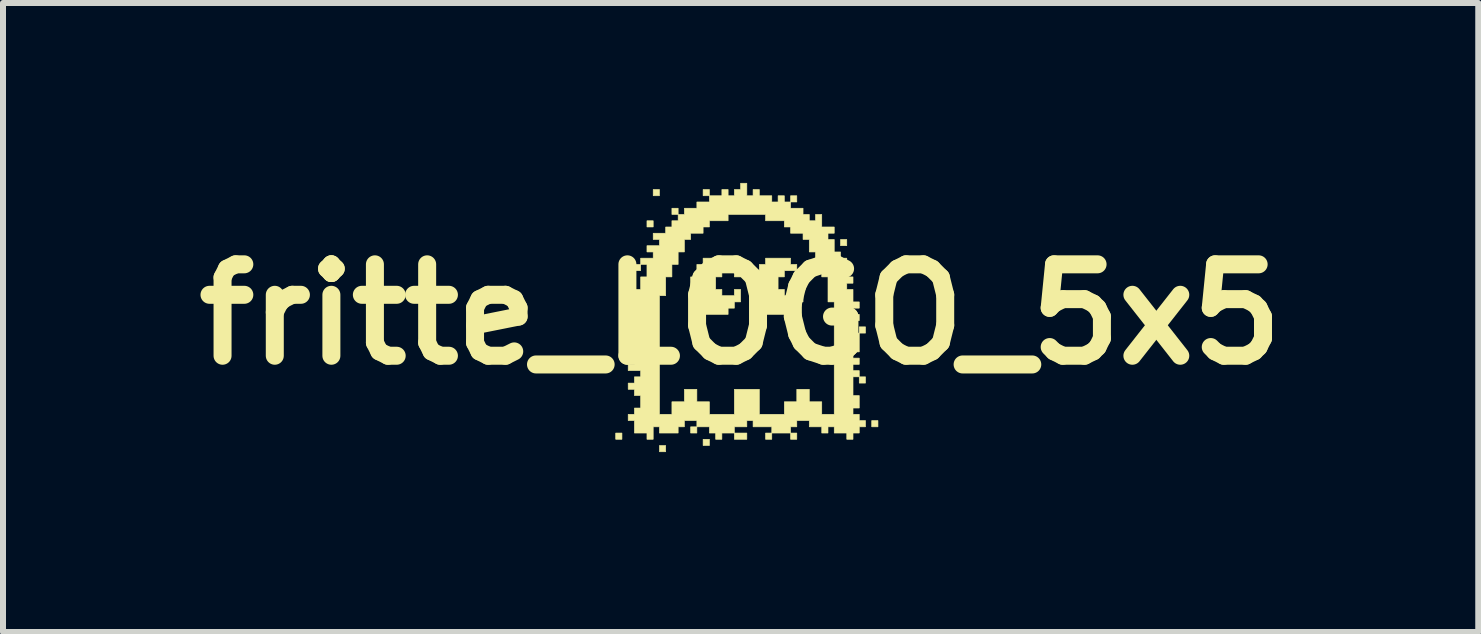
<source format=kicad_pcb>
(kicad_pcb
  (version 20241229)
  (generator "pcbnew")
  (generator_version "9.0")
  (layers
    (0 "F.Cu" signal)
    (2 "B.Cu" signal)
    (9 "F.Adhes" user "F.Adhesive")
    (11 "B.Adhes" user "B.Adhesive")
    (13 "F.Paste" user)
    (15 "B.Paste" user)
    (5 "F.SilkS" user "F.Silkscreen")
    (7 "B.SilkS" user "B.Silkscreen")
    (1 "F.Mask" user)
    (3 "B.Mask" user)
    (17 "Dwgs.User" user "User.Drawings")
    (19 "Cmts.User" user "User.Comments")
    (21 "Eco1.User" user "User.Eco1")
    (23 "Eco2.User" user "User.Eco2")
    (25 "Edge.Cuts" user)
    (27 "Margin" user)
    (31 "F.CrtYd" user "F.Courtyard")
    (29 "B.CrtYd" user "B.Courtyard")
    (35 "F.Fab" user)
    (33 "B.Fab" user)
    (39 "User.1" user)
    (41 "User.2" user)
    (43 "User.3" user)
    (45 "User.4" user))
  (footprint "fritte_LOGO_5x5"
    (layer "F.Cu")
    (at 9.296 2.191)
    (property "Reference" "fritte_LOGO_5x5" (at 0 0 0) (layer "F.SilkS") (effects (font (size 1.524 1.524) (thickness 0.3))))
    (attr through_hole)
    (fp_poly (pts (xy -2.186 0.937) (xy -2.29 0.937) (xy -2.29 0.833) (xy -2.186 0.833) (xy -2.186 0.937)) (stroke (width 0.01) (type solid)) (fill yes) (layer "F.SilkS"))
    (fp_poly (pts (xy -1.978 2.082) (xy -2.082 2.082) (xy -2.082 1.978) (xy -1.978 1.978) (xy -1.978 2.082)) (stroke (width 0.01) (type solid)) (fill yes) (layer "F.SilkS"))
    (fp_poly (pts (xy -1.666 -0.729) (xy -1.77 -0.729) (xy -1.77 -0.833) (xy -1.666 -0.833) (xy -1.666 -0.729)) (stroke (width 0.01) (type solid)) (fill yes) (layer "F.SilkS"))
    (fp_poly (pts (xy -1.457 -1.457) (xy -1.561 -1.457) (xy -1.561 -1.561) (xy -1.457 -1.561) (xy -1.457 -1.457)) (stroke (width 0.01) (type solid)) (fill yes) (layer "F.SilkS"))
    (fp_poly (pts (xy -1.353 -1.978) (xy -1.457 -1.978) (xy -1.457 -2.082) (xy -1.353 -2.082) (xy -1.353 -1.978)) (stroke (width 0.01) (type solid)) (fill yes) (layer "F.SilkS"))
    (fp_poly (pts (xy -1.249 2.29) (xy -1.353 2.29) (xy -1.353 2.186) (xy -1.249 2.186) (xy -1.249 2.29)) (stroke (width 0.01) (type solid)) (fill yes) (layer "F.SilkS"))
    (fp_poly (pts (xy -1.041 -1.666) (xy -1.145 -1.666) (xy -1.145 -1.77) (xy -1.041 -1.77) (xy -1.041 -1.666)) (stroke (width 0.01) (type solid)) (fill yes) (layer "F.SilkS"))
    (fp_poly (pts (xy -0.729 1.978) (xy -0.833 1.978) (xy -0.833 1.874) (xy -0.729 1.874) (xy -0.729 1.978)) (stroke (width 0.01) (type solid)) (fill yes) (layer "F.SilkS"))
    (fp_poly (pts (xy -0.52 -1.978) (xy -0.625 -1.978) (xy -0.625 -2.082) (xy -0.52 -2.082) (xy -0.52 -1.978)) (stroke (width 0.01) (type solid)) (fill yes) (layer "F.SilkS"))
    (fp_poly (pts (xy -0.52 2.186) (xy -0.625 2.186) (xy -0.625 2.082) (xy -0.52 2.082) (xy -0.52 2.186)) (stroke (width 0.01) (type solid)) (fill yes) (layer "F.SilkS"))
    (fp_poly (pts (xy 0 -0.625) (xy -0.104 -0.625) (xy -0.104 -0.729) (xy 0 -0.729) (xy 0 -0.625)) (stroke (width 0.01) (type solid)) (fill yes) (layer "F.SilkS"))
    (fp_poly (pts (xy 0.104 2.082) (xy -0.104 2.082) (xy -0.104 1.978) (xy 0.104 1.978) (xy 0.104 2.082)) (stroke (width 0.01) (type solid)) (fill yes) (layer "F.SilkS"))
    (fp_poly (pts (xy 0.52 2.082) (xy 0.416 2.082) (xy 0.416 1.978) (xy 0.52 1.978) (xy 0.52 2.082)) (stroke (width 0.01) (type solid)) (fill yes) (layer "F.SilkS"))
    (fp_poly (pts (xy 0.937 -1.874) (xy 0.833 -1.874) (xy 0.833 -1.978) (xy 0.937 -1.978) (xy 0.937 -1.874)) (stroke (width 0.01) (type solid)) (fill yes) (layer "F.SilkS"))
    (fp_poly (pts (xy 0.937 2.082) (xy 0.833 2.082) (xy 0.833 1.978) (xy 0.937 1.978) (xy 0.937 2.082)) (stroke (width 0.01) (type solid)) (fill yes) (layer "F.SilkS"))
    (fp_poly (pts (xy 1.041 -0.625) (xy 0.937 -0.625) (xy 0.937 -0.729) (xy 1.041 -0.729) (xy 1.041 -0.625)) (stroke (width 0.01) (type solid)) (fill yes) (layer "F.SilkS"))
    (fp_poly (pts (xy 1.77 -1.145) (xy 1.666 -1.145) (xy 1.666 -1.249) (xy 1.77 -1.249) (xy 1.77 -1.145)) (stroke (width 0.01) (type solid)) (fill yes) (layer "F.SilkS"))
    (fp_poly (pts (xy 2.082 0.312) (xy 1.978 0.312) (xy 1.978 0.208) (xy 2.082 0.208) (xy 2.082 0.312)) (stroke (width 0.01) (type solid)) (fill yes) (layer "F.SilkS"))
    (fp_poly (pts (xy 2.082 1.145) (xy 1.978 1.145) (xy 1.978 1.041) (xy 2.082 1.041) (xy 2.082 1.145)) (stroke (width 0.01) (type solid)) (fill yes) (layer "F.SilkS"))
    (fp_poly (pts (xy 2.29 1.874) (xy 2.186 1.874) (xy 2.186 1.77) (xy 2.29 1.77) (xy 2.29 1.874)) (stroke (width 0.01) (type solid)) (fill yes) (layer "F.SilkS"))
    (fp_poly (pts (xy -0.208 -0.833) (xy -0.104 -0.833) (xy -0.104 -0.729) (xy -0.312 -0.729) (xy -0.312 -0.625) (xy -0.416 -0.625) (xy -0.416 -0.416) (xy -0.312 -0.416) (xy -0.312 -0.312) (xy -0.104 -0.312) (xy -0.104 -0.416) (xy 0 -0.416) (xy 0 -0.208) (xy -0.104 -0.208) (xy -0.104 -0.104) (xy -0.208 -0.104) (xy -0.208 0) (xy -0.625 0) (xy -0.625 -0.104) (xy -0.729 -0.104) (xy -0.729 -0.208) (xy -0.833 -0.208) (xy -0.833 -0.625) (xy -0.729 -0.625) (xy -0.729 -0.833) (xy -0.625 -0.833) (xy -0.625 -0.937) (xy -0.208 -0.937) (xy -0.208 -0.833)) (stroke (width 0.01) (type solid)) (fill yes) (layer "F.SilkS"))
    (fp_poly (pts (xy 0.833 -0.833) (xy 0.937 -0.833) (xy 0.937 -0.729) (xy 0.729 -0.729) (xy 0.729 -0.625) (xy 0.625 -0.625) (xy 0.625 -0.416) (xy 0.729 -0.416) (xy 0.729 -0.312) (xy 0.937 -0.312) (xy 0.937 -0.416) (xy 1.041 -0.416) (xy 1.041 -0.208) (xy 0.937 -0.208) (xy 0.937 -0.104) (xy 0.833 -0.104) (xy 0.833 0) (xy 0.416 0) (xy 0.416 -0.104) (xy 0.312 -0.104) (xy 0.312 -0.208) (xy 0.208 -0.208) (xy 0.208 -0.625) (xy 0.312 -0.625) (xy 0.312 -0.833) (xy 0.416 -0.833) (xy 0.416 -0.937) (xy 0.833 -0.937) (xy 0.833 -0.833)) (stroke (width 0.01) (type solid)) (fill yes) (layer "F.SilkS"))
    (fp_poly (pts (xy -1.666 -0.937) (xy -1.457 -0.937) (xy -1.457 -1.041) (xy -1.561 -1.041) (xy -1.561 -1.145) (xy -1.353 -1.145) (xy -1.353 -1.249) (xy -1.457 -1.249) (xy -1.457 -1.353) (xy -1.249 -1.353) (xy -1.249 -1.457) (xy -1.145 -1.457) (xy -1.145 -1.561) (xy -1.041 -1.561) (xy -1.041 -1.666) (xy -0.937 -1.666) (xy -0.937 -1.77) (xy -0.729 -1.77) (xy -0.729 -1.874) (xy -0.52 -1.874) (xy -0.52 -1.978) (xy -0.312 -1.978) (xy -0.312 -2.082) (xy -0.208 -2.082) (xy -0.208 -1.978) (xy -0.104 -1.978) (xy -0.104 -2.082) (xy 0 -2.082) (xy 0 -2.186) (xy 0.104 -2.186) (xy 0.104 -1.978) (xy 0.208 -1.978) (xy 0.208 -2.082) (xy 0.312 -2.082) (xy 0.312 -1.978) (xy 0.52 -1.978) (xy 0.52 -1.874) (xy 0.625 -1.874) (xy 0.625 -1.978) (xy 0.729 -1.978) (xy 0.729 -1.874) (xy 0.833 -1.874) (xy 0.833 -1.77) (xy 1.041 -1.77) (xy 1.041 -1.666) (xy 1.145 -1.666) (xy 1.145 -1.561) (xy 1.249 -1.561) (xy 1.249 -1.666) (xy 1.353 -1.666) (xy 1.353 -1.457) (xy 1.561 -1.457) (xy 1.561 -1.353) (xy 1.457 -1.353) (xy 1.457 -1.249) (xy 1.561 -1.249) (xy 1.561 -1.041) (xy 1.666 -1.041) (xy 1.666 -0.937) (xy 1.77 -0.937) (xy 1.77 -0.625) (xy 1.874 -0.625) (xy 1.874 -0.52) (xy 1.77 -0.52) (xy 1.77 -0.416) (xy 1.874 -0.416) (xy 1.874 -0.208) (xy 1.978 -0.208) (xy 1.978 -0.104) (xy 1.874 -0.104) (xy 1.874 0) (xy 1.978 0) (xy 1.978 0.104) (xy 1.874 0.104) (xy 1.874 0.312) (xy 1.978 0.312) (xy 1.978 0.625) (xy 1.874 0.625) (xy 1.874 0.729) (xy 1.978 0.729) (xy 1.978 0.833) (xy 1.874 0.833) (xy 1.874 0.937) (xy 1.978 0.937) (xy 1.978 1.041) (xy 1.874 1.041) (xy 1.874 1.353) (xy 1.978 1.353) (xy 1.978 1.561) (xy 1.874 1.561) (xy 1.874 1.666) (xy 1.978 1.666) (xy 1.978 1.77) (xy 2.082 1.77) (xy 2.082 1.874) (xy 1.978 1.874) (xy 1.978 1.978) (xy 1.874 1.978) (xy 1.874 2.082) (xy 1.77 2.082) (xy 1.77 1.978) (xy 1.561 1.978) (xy 1.561 1.874) (xy 1.457 1.874) (xy 1.457 1.978) (xy 1.353 1.978) (xy 1.353 1.874) (xy 1.145 1.874) (xy 1.145 1.77) (xy 0.937 1.77) (xy 0.937 1.874) (xy 0.833 1.874) (xy 0.833 1.978) (xy 0.52 1.978) (xy 0.52 1.874) (xy 0.208 1.874) (xy 0.208 1.77) (xy 0.104 1.77) (xy 0.104 1.874) (xy -0.104 1.874) (xy -0.104 1.978) (xy -0.312 1.978) (xy -0.312 2.082) (xy -0.416 2.082) (xy -0.416 1.978) (xy -0.52 1.978) (xy -0.52 1.874) (xy -0.729 1.874) (xy -0.729 1.77) (xy -0.937 1.77) (xy -0.937 1.874) (xy -1.041 1.874) (xy -1.041 1.978) (xy -1.353 1.978) (xy -1.353 1.874) (xy -1.457 1.874) (xy -1.457 2.082) (xy -1.561 2.082) (xy -1.561 1.978) (xy -1.77 1.978) (xy -1.77 1.77) (xy -1.874 1.77) (xy -1.874 1.666) (xy -1.77 1.666) (xy -1.77 1.561) (xy -1.666 1.561) (xy -1.666 1.353) (xy -1.77 1.353) (xy -1.77 1.249) (xy -1.874 1.249) (xy -1.874 1.145) (xy -1.77 1.145) (xy -1.77 1.041) (xy -1.666 1.041) (xy -1.666 0.937) (xy -1.874 0.937) (xy -1.874 0.833) (xy -1.77 0.833) (xy -1.77 0.729) (xy -1.666 0.729) (xy -1.666 0.625) (xy -1.77 0.625) (xy -1.77 0.52) (xy -1.874 0.52) (xy -1.874 0.416) (xy -1.77 0.416) (xy -1.77 0.208) (xy -1.874 0.208) (xy -1.874 0.104) (xy -1.77 0.104) (xy -1.77 0) (xy -1.874 0) (xy -1.874 -0.104) (xy -1.77 -0.104) (xy -1.77 -0.312) (xy -1.353 -0.312) (xy -1.353 1.666) (xy -1.145 1.666) (xy -1.145 1.457) (xy -0.937 1.457) (xy -0.937 1.249) (xy -0.729 1.249) (xy -0.729 1.457) (xy -0.52 1.457) (xy -0.52 1.666) (xy -0.104 1.666) (xy -0.104 1.249) (xy 0.312 1.249) (xy 0.312 1.666) (xy 0.729 1.666) (xy 0.729 1.457) (xy 0.937 1.457) (xy 0.937 1.249) (xy 1.145 1.249) (xy 1.145 1.457) (xy 1.353 1.457) (xy 1.353 1.666) (xy 1.561 1.666) (xy 1.561 -0.208) (xy 1.457 -0.208) (xy 1.457 -0.625) (xy 1.353 -0.625) (xy 1.353 -0.833) (xy 1.249 -0.833) (xy 1.249 -1.041) (xy 1.145 -1.041) (xy 1.145 -1.249) (xy 1.041 -1.249) (xy 1.041 -1.353) (xy 0.833 -1.353) (xy 0.833 -1.457) (xy 0.729 -1.457) (xy 0.729 -1.561) (xy 0.416 -1.561) (xy 0.416 -1.666) (xy -0.208 -1.666) (xy -0.208 -1.561) (xy -0.52 -1.561) (xy -0.52 -1.457) (xy -0.625 -1.457) (xy -0.625 -1.353) (xy -0.833 -1.353) (xy -0.833 -1.249) (xy -0.937 -1.249) (xy -0.937 -1.041) (xy -1.041 -1.041) (xy -1.041 -0.833) (xy -1.145 -0.833) (xy -1.145 -0.625) (xy -1.249 -0.625) (xy -1.249 -0.312) (xy -1.353 -0.312) (xy -1.77 -0.312) (xy -1.77 -0.416) (xy -1.666 -0.416) (xy -1.666 -0.625) (xy -1.561 -0.625) (xy -1.561 -0.833) (xy -1.666 -0.833) (xy -1.666 -0.937)) (stroke (width 0.01) (type solid)) (fill yes) (layer "F.SilkS")))
  (gr_rect
    (start -3 -3)
    (end 21.593 7.486)
    (stroke (width 0.1) (type default))
    (fill no)
    (layer "Edge.Cuts")))
</source>
